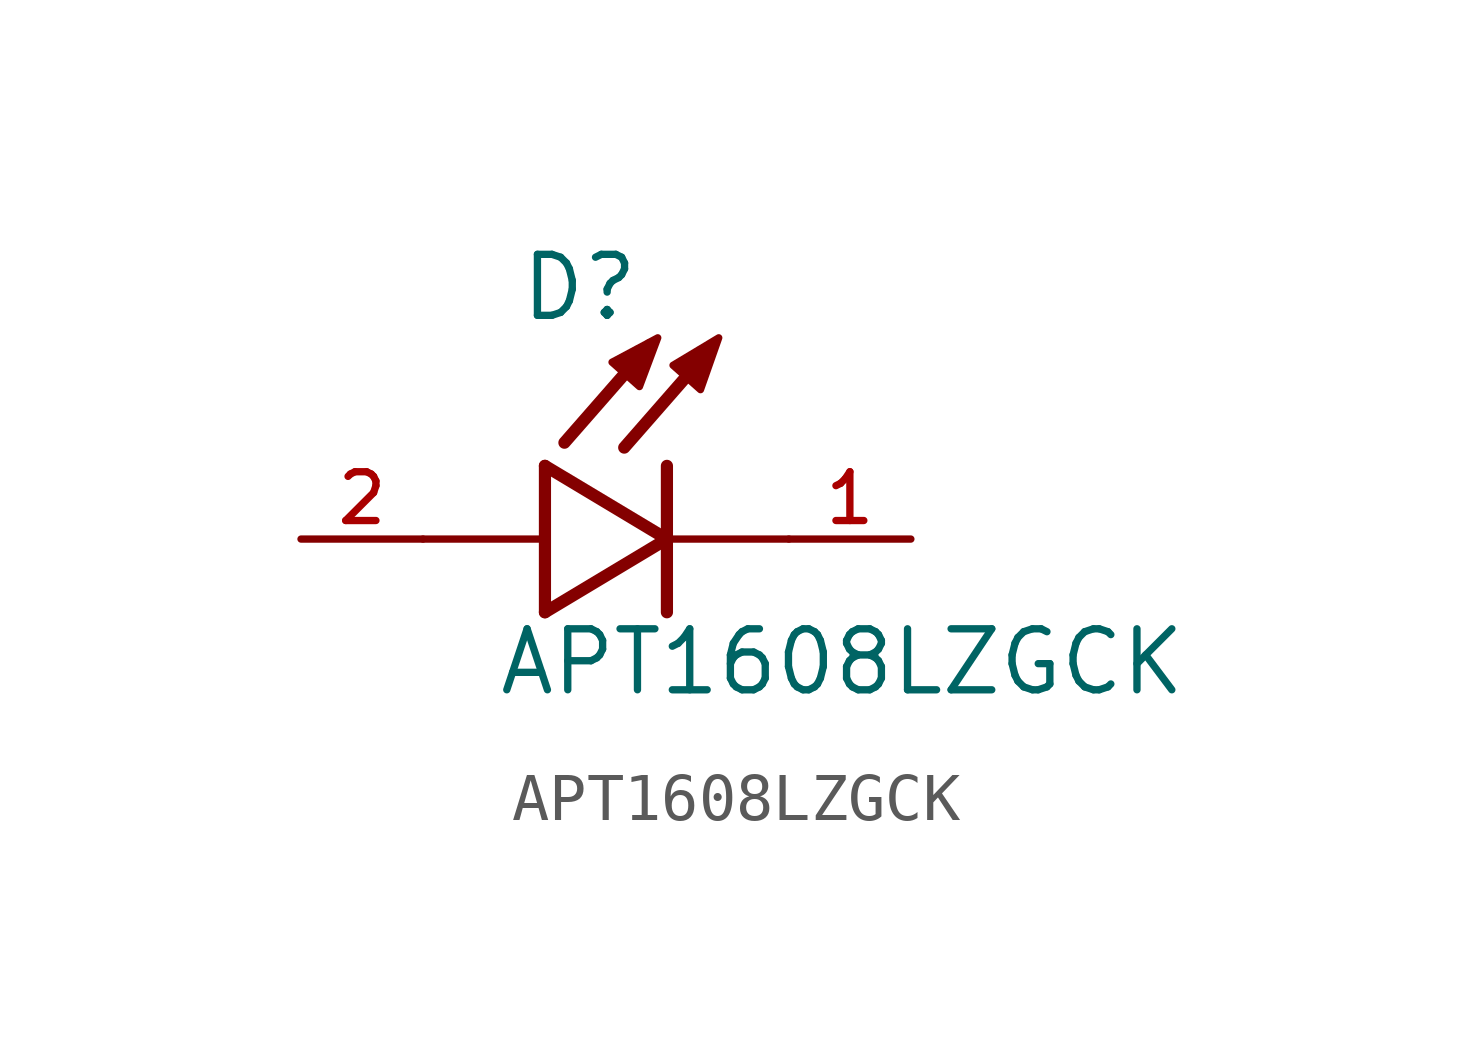
<source format=kicad_sym>
(kicad_symbol_lib
  (version 20211014)
  (generator kicad_symbol_editor)
  (symbol "APT1608LZGCK"
    (pin_names
      (offset 1.016))
    (property "Reference" "D"
      (at -3.099 4.496 0)
      (effects (font (size 1.27 1.27)) (justify bottom left)))
    (property "Value" "APT1608LZGCK"
      (at -3.556 -3.302 0)
      (effects (font (size 1.27 1.27)) (justify bottom left)))
    (symbol "APT1608LZGCK_0_0"
      (polyline (pts (xy -2.54 1.524) (xy -2.54 -1.524)) (stroke (width 0.254)))
      (polyline (pts (xy -2.54 -1.524) (xy 0.0 0.0)) (stroke (width 0.254)))
      (polyline (pts (xy 0.0 0.0) (xy -2.54 1.524)) (stroke (width 0.254)))
      (polyline (pts (xy 0.0 1.524) (xy 0.0 0.0)) (stroke (width 0.254)))
      (polyline (pts (xy 0.0 0.0) (xy 0.0 -1.524)) (stroke (width 0.254)))
      (polyline (pts (xy -2.54 0.0) (xy -5.08 0.0)) (stroke (width 0.152)))
      (polyline (pts (xy 0.889 3.937) (xy -0.889 1.905)) (stroke (width 0.254)))
      (polyline (pts (xy -0.356 4.039) (xy -2.134 2.007)) (stroke (width 0.254)))
      (polyline (pts (xy 2.54 0.0) (xy 0.0 0.0)) (stroke (width 0.152)))
      (polyline (pts (xy -1.143 3.683) (xy -0.572 3.175) (xy -0.191 4.191) (xy -1.143 3.683)) (stroke (width 0.152)) (fill (type outline)))
      (polyline (pts (xy 0.127 3.619) (xy 0.699 3.111) (xy 1.079 4.191) (xy 0.127 3.619)) (stroke (width 0.152)) (fill (type outline)))
      (pin passive line (at 5.08 0.0 180.0) (length 2.54) (name "~" (effects (font (size 1.016 1.016)))) (number "1" (effects (font (size 1.016 1.016)))))
      (pin passive line (at -7.62 0.0 0) (length 2.54) (name "~" (effects (font (size 1.016 1.016)))) (number "2" (effects (font (size 1.016 1.016))))))))
</source>
